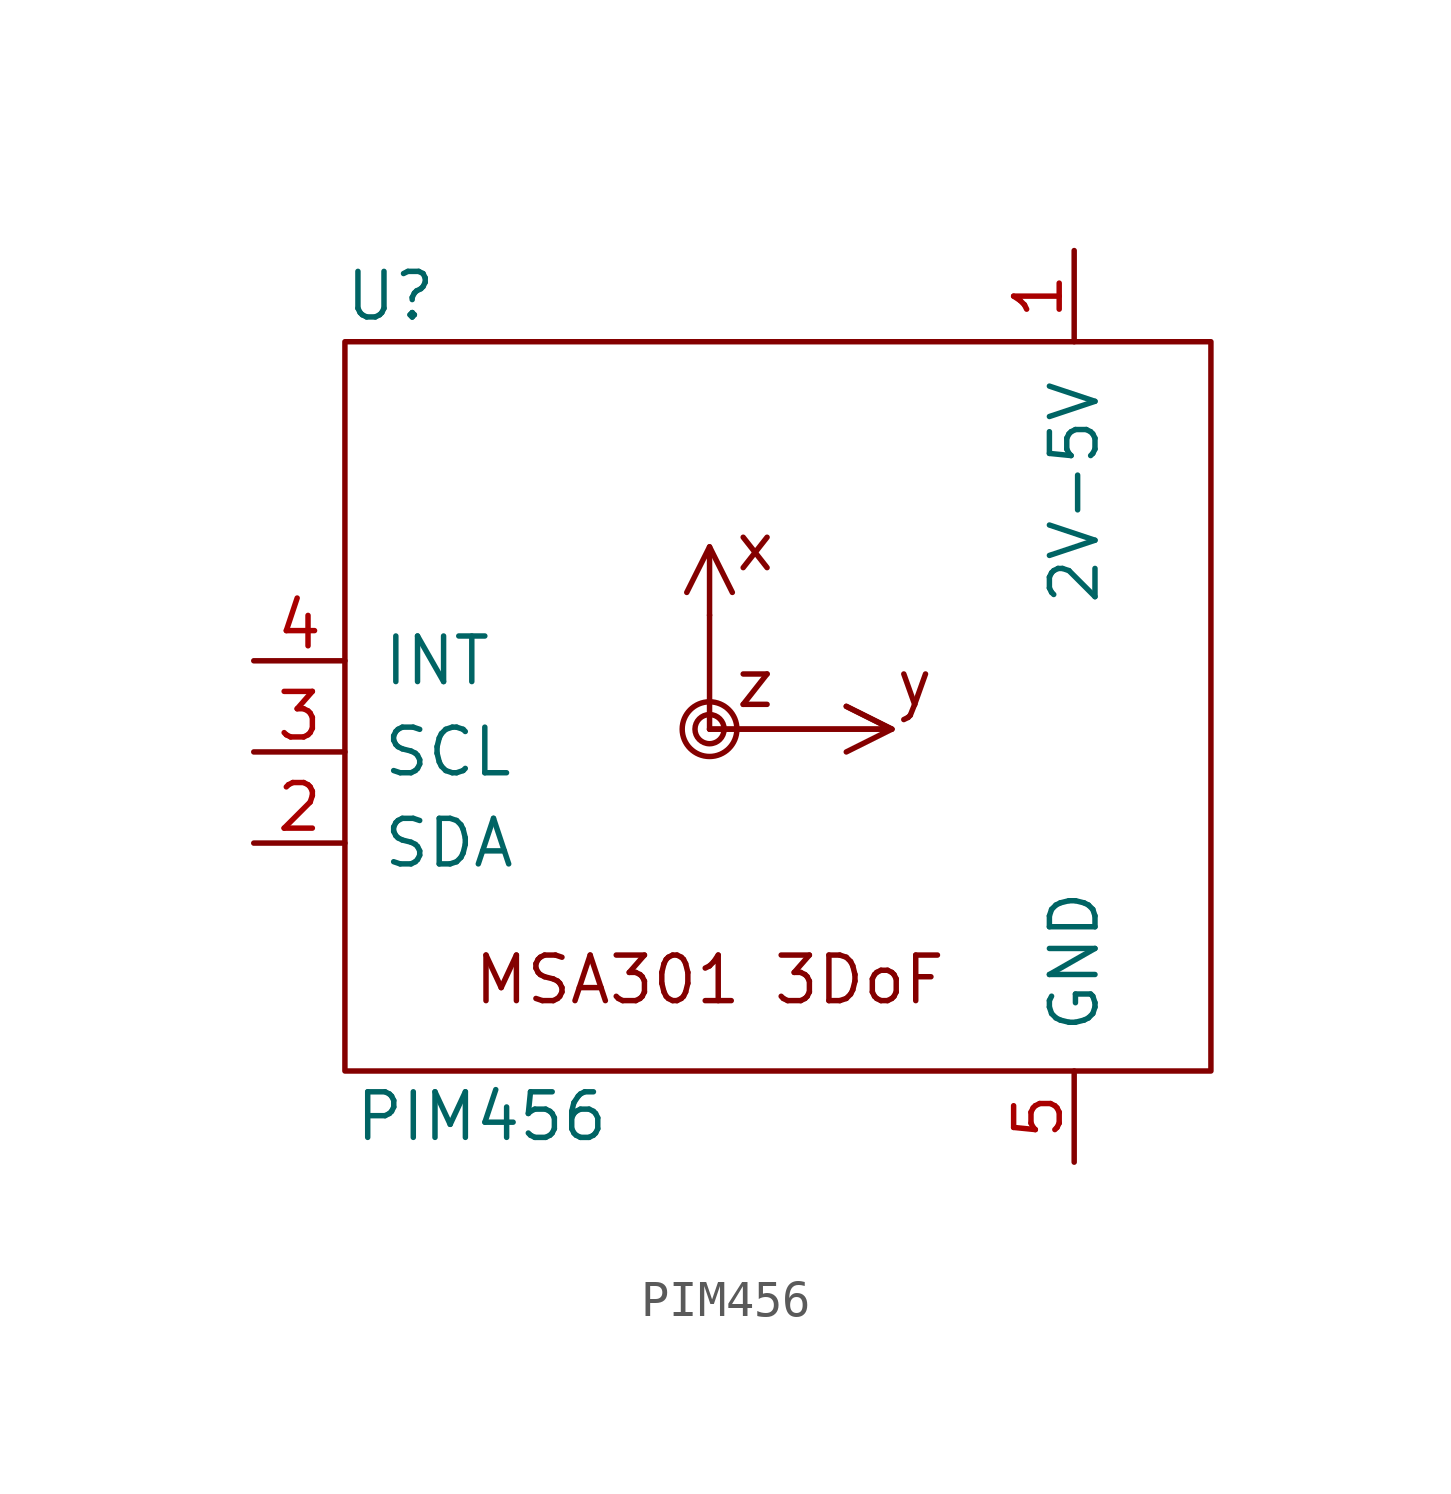
<source format=kicad_sym>
(kicad_symbol_lib
  (version 20211014)
  (generator kicad_symbol_editor)
  (symbol "PIM456"
    (pin_names
      (offset 1.016))
    (property "Reference" "U"
      (at 3.81 15.24 0)
      (effects (font (size 1.27 1.27))))
    (property "Value" "PIM456"
      (at 6.35 -7.62 0)
      (effects (font (size 1.27 1.27))))
    (symbol "PIM456_0_0"
      (polyline (pts (xy 12.7 8.255) (xy 13.335 6.985)) (stroke (width 0) (type default)) (fill (type none)))
      (polyline (pts (xy 17.78 3.175) (xy 16.51 2.54)) (stroke (width 0) (type default)) (fill (type none)))
      (polyline (pts (xy 12.7 3.175) (xy 12.7 8.255) (xy 12.065 6.985)) (stroke (width 0) (type default)) (fill (type none)))
      (polyline (pts (xy 12.7 3.175) (xy 17.78 3.175) (xy 16.51 3.81)) (stroke (width 0) (type default)) (fill (type none)))
      (polyline (pts (xy 12.7 3.175) (xy 17.78 3.175) (xy 16.51 3.81)) (stroke (width 0) (type default)) (fill (type none)))
      (circle (center 12.7 3.175) (radius 0.406) (stroke (width 0) (type default)) (fill (type none)))
      (circle (center 12.7 3.175) (radius 0.762) (stroke (width 0) (type default)) (fill (type none)))
      (text "MSA301 3DoF" (at 12.7 -3.81 0) (effects (font (size 1.27 1.27))))
      (text "x" (at 13.97 8.255 0) (effects (font (size 1.27 1.27))))
      (text "y" (at 18.415 4.445 0) (effects (font (size 1.27 1.27))))
      (text "z" (at 13.97 4.445 0) (effects (font (size 1.27 1.27)))))
    (symbol "PIM456_0_1"
      (rectangle (start 12.7 6.35) (end 12.7 6.35) (stroke (width 0) (type default)) (fill (type none)))
      (rectangle (start 26.67 13.97) (end 2.54 -6.35) (stroke (width 0) (type default)) (fill (type none))))
    (symbol "PIM456_1_1"
      (pin power_in line (at 22.86 16.51 270) (length 2.54) (name "2V-5V" (effects (font (size 1.27 1.27)))) (number "1" (effects (font (size 1.27 1.27)))))
      (pin bidirectional line (at 0 0 0) (length 2.54) (name "SDA" (effects (font (size 1.27 1.27)))) (number "2" (effects (font (size 1.27 1.27)))))
      (pin input line (at 0 2.54 0) (length 2.54) (name "SCL" (effects (font (size 1.27 1.27)))) (number "3" (effects (font (size 1.27 1.27)))))
      (pin output line (at 0 5.08 0) (length 2.54) (name "INT" (effects (font (size 1.27 1.27)))) (number "4" (effects (font (size 1.27 1.27)))))
      (pin power_in line (at 22.86 -8.89 90) (length 2.54) (name "GND" (effects (font (size 1.27 1.27)))) (number "5" (effects (font (size 1.27 1.27))))))))
</source>
